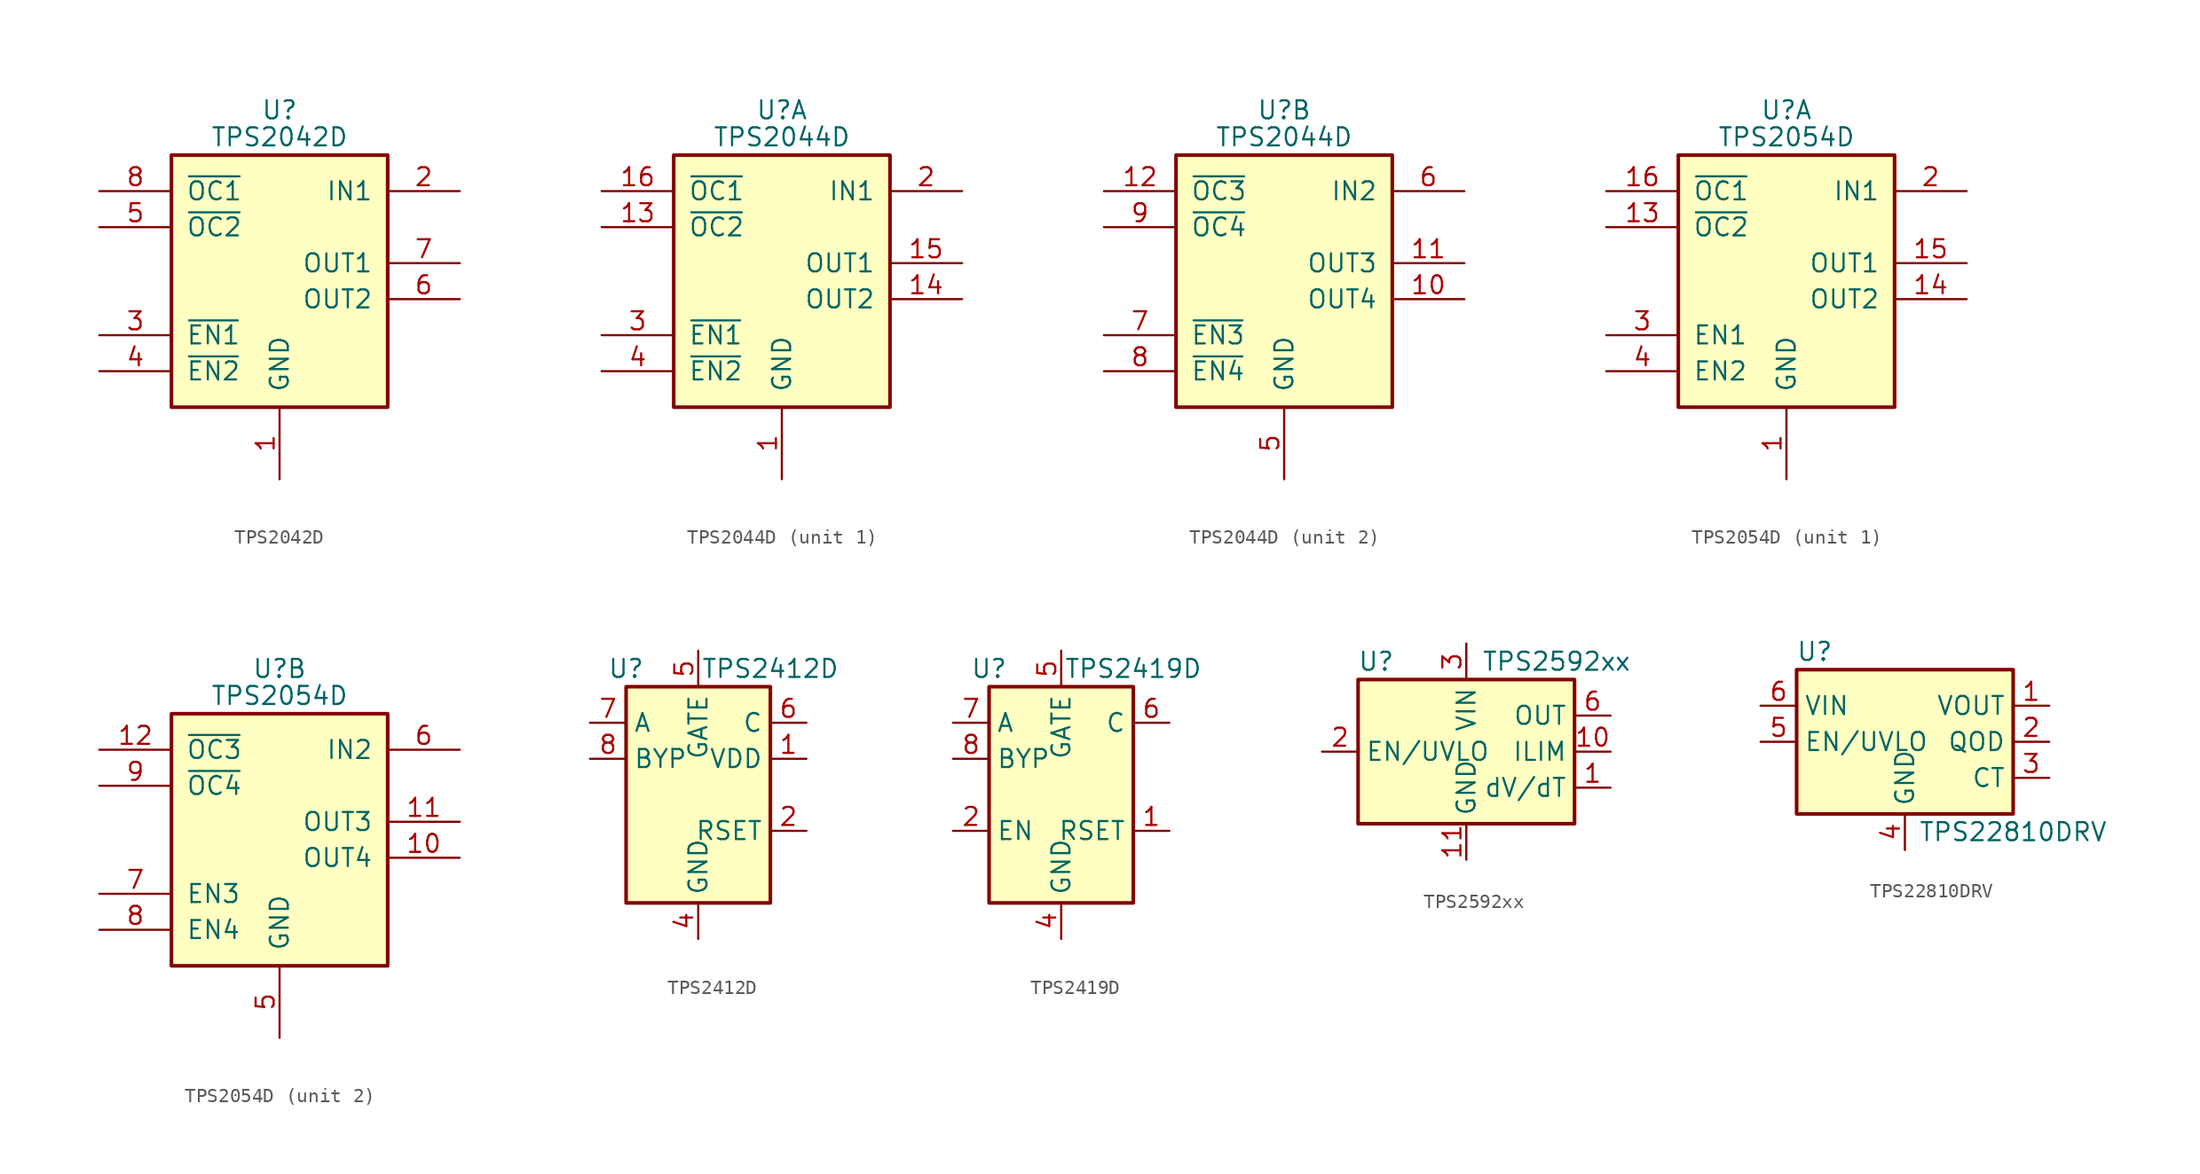
<source format=kicad_sym>
(kicad_symbol_lib
  (version 20201005)
  (generator kicad_symbol_editor)
  (symbol "Power_Management:TPS2042D"
    (pin_names
      (offset 1.016))
    (property "Reference" "U"
      (at 0 10.795 0)
      (effects (font (size 1.27 1.27))))
    (property "Value" "TPS2042D"
      (at 0 8.89 0)
      (effects (font (size 1.27 1.27))))
    (symbol "TPS2042D_0_1"
      (rectangle (start -7.62 7.62) (end 7.62 -10.16) (stroke (width 0.254)) (fill (type background))))
    (symbol "TPS2042D_1_1"
      (pin power_in line (at 0 -15.24 90) (length 5.08) (name "GND" (effects (font (size 1.27 1.27)))) (number "1" (effects (font (size 1.27 1.27)))))
      (pin power_in line (at 12.7 5.08 180) (length 5.08) (name "IN1" (effects (font (size 1.27 1.27)))) (number "2" (effects (font (size 1.27 1.27)))))
      (pin input line (at -12.7 -5.08 0) (length 5.08) (name "~EN1" (effects (font (size 1.27 1.27)))) (number "3" (effects (font (size 1.27 1.27)))))
      (pin input line (at -12.7 -7.62 0) (length 5.08) (name "~EN2" (effects (font (size 1.27 1.27)))) (number "4" (effects (font (size 1.27 1.27)))))
      (pin open_collector line (at -12.7 2.54 0) (length 5.08) (name "~OC2" (effects (font (size 1.27 1.27)))) (number "5" (effects (font (size 1.27 1.27)))))
      (pin power_out line (at 12.7 -2.54 180) (length 5.08) (name "OUT2" (effects (font (size 1.27 1.27)))) (number "6" (effects (font (size 1.27 1.27)))))
      (pin power_out line (at 12.7 0 180) (length 5.08) (name "OUT1" (effects (font (size 1.27 1.27)))) (number "7" (effects (font (size 1.27 1.27)))))
      (pin open_collector line (at -12.7 5.08 0) (length 5.08) (name "~OC1" (effects (font (size 1.27 1.27)))) (number "8" (effects (font (size 1.27 1.27)))))))
  (symbol "Power_Management:TPS2044D"
    (pin_names
      (offset 1.016))
    (property "Reference" "U"
      (at 0 10.795 0)
      (effects (font (size 1.27 1.27))))
    (property "Value" "TPS2044D"
      (at 0 8.89 0)
      (effects (font (size 1.27 1.27))))
    (property "ki_locked" ""
      (at 0 0 0)
      (effects (font (size 1.27 1.27))))
    (symbol "TPS2044D_0_1"
      (rectangle (start -7.62 7.62) (end 7.62 -10.16) (stroke (width 0.254)) (fill (type background))))
    (symbol "TPS2044D_1_1"
      (pin power_in line (at 0 -15.24 90) (length 5.08) (name "GND" (effects (font (size 1.27 1.27)))) (number "1" (effects (font (size 1.27 1.27)))))
      (pin open_collector line (at -12.7 2.54 0) (length 5.08) (name "~OC2" (effects (font (size 1.27 1.27)))) (number "13" (effects (font (size 1.27 1.27)))))
      (pin power_out line (at 12.7 -2.54 180) (length 5.08) (name "OUT2" (effects (font (size 1.27 1.27)))) (number "14" (effects (font (size 1.27 1.27)))))
      (pin power_out line (at 12.7 0 180) (length 5.08) (name "OUT1" (effects (font (size 1.27 1.27)))) (number "15" (effects (font (size 1.27 1.27)))))
      (pin open_collector line (at -12.7 5.08 0) (length 5.08) (name "~OC1" (effects (font (size 1.27 1.27)))) (number "16" (effects (font (size 1.27 1.27)))))
      (pin power_in line (at 12.7 5.08 180) (length 5.08) (name "IN1" (effects (font (size 1.27 1.27)))) (number "2" (effects (font (size 1.27 1.27)))))
      (pin input line (at -12.7 -5.08 0) (length 5.08) (name "~EN1" (effects (font (size 1.27 1.27)))) (number "3" (effects (font (size 1.27 1.27)))))
      (pin input line (at -12.7 -7.62 0) (length 5.08) (name "~EN2" (effects (font (size 1.27 1.27)))) (number "4" (effects (font (size 1.27 1.27))))))
    (symbol "TPS2044D_2_1"
      (pin power_out line (at 12.7 -2.54 180) (length 5.08) (name "OUT4" (effects (font (size 1.27 1.27)))) (number "10" (effects (font (size 1.27 1.27)))))
      (pin power_out line (at 12.7 0 180) (length 5.08) (name "OUT3" (effects (font (size 1.27 1.27)))) (number "11" (effects (font (size 1.27 1.27)))))
      (pin open_collector line (at -12.7 5.08 0) (length 5.08) (name "~OC3" (effects (font (size 1.27 1.27)))) (number "12" (effects (font (size 1.27 1.27)))))
      (pin power_in line (at 0 -15.24 90) (length 5.08) (name "GND" (effects (font (size 1.27 1.27)))) (number "5" (effects (font (size 1.27 1.27)))))
      (pin power_in line (at 12.7 5.08 180) (length 5.08) (name "IN2" (effects (font (size 1.27 1.27)))) (number "6" (effects (font (size 1.27 1.27)))))
      (pin input line (at -12.7 -5.08 0) (length 5.08) (name "~EN3" (effects (font (size 1.27 1.27)))) (number "7" (effects (font (size 1.27 1.27)))))
      (pin input line (at -12.7 -7.62 0) (length 5.08) (name "~EN4" (effects (font (size 1.27 1.27)))) (number "8" (effects (font (size 1.27 1.27)))))
      (pin open_collector line (at -12.7 2.54 0) (length 5.08) (name "~OC4" (effects (font (size 1.27 1.27)))) (number "9" (effects (font (size 1.27 1.27)))))))
  (symbol "Power_Management:TPS2054D"
    (pin_names
      (offset 1.016))
    (property "Reference" "U"
      (at 0 10.795 0)
      (effects (font (size 1.27 1.27))))
    (property "Value" "TPS2054D"
      (at 0 8.89 0)
      (effects (font (size 1.27 1.27))))
    (property "ki_locked" ""
      (at 0 0 0)
      (effects (font (size 1.27 1.27))))
    (symbol "TPS2054D_0_1"
      (rectangle (start -7.62 7.62) (end 7.62 -10.16) (stroke (width 0.254)) (fill (type background))))
    (symbol "TPS2054D_1_1"
      (pin power_in line (at 0 -15.24 90) (length 5.08) (name "GND" (effects (font (size 1.27 1.27)))) (number "1" (effects (font (size 1.27 1.27)))))
      (pin open_collector line (at -12.7 2.54 0) (length 5.08) (name "~OC2" (effects (font (size 1.27 1.27)))) (number "13" (effects (font (size 1.27 1.27)))))
      (pin passive line (at 12.7 -2.54 180) (length 5.08) (name "OUT2" (effects (font (size 1.27 1.27)))) (number "14" (effects (font (size 1.27 1.27)))))
      (pin passive line (at 12.7 0 180) (length 5.08) (name "OUT1" (effects (font (size 1.27 1.27)))) (number "15" (effects (font (size 1.27 1.27)))))
      (pin open_collector line (at -12.7 5.08 0) (length 5.08) (name "~OC1" (effects (font (size 1.27 1.27)))) (number "16" (effects (font (size 1.27 1.27)))))
      (pin passive line (at 12.7 5.08 180) (length 5.08) (name "IN1" (effects (font (size 1.27 1.27)))) (number "2" (effects (font (size 1.27 1.27)))))
      (pin input line (at -12.7 -5.08 0) (length 5.08) (name "EN1" (effects (font (size 1.27 1.27)))) (number "3" (effects (font (size 1.27 1.27)))))
      (pin input line (at -12.7 -7.62 0) (length 5.08) (name "EN2" (effects (font (size 1.27 1.27)))) (number "4" (effects (font (size 1.27 1.27))))))
    (symbol "TPS2054D_2_1"
      (pin passive line (at 12.7 -2.54 180) (length 5.08) (name "OUT4" (effects (font (size 1.27 1.27)))) (number "10" (effects (font (size 1.27 1.27)))))
      (pin passive line (at 12.7 0 180) (length 5.08) (name "OUT3" (effects (font (size 1.27 1.27)))) (number "11" (effects (font (size 1.27 1.27)))))
      (pin open_collector line (at -12.7 5.08 0) (length 5.08) (name "~OC3" (effects (font (size 1.27 1.27)))) (number "12" (effects (font (size 1.27 1.27)))))
      (pin power_in line (at 0 -15.24 90) (length 5.08) (name "GND" (effects (font (size 1.27 1.27)))) (number "5" (effects (font (size 1.27 1.27)))))
      (pin passive line (at 12.7 5.08 180) (length 5.08) (name "IN2" (effects (font (size 1.27 1.27)))) (number "6" (effects (font (size 1.27 1.27)))))
      (pin input line (at -12.7 -5.08 0) (length 5.08) (name "EN3" (effects (font (size 1.27 1.27)))) (number "7" (effects (font (size 1.27 1.27)))))
      (pin input line (at -12.7 -7.62 0) (length 5.08) (name "EN4" (effects (font (size 1.27 1.27)))) (number "8" (effects (font (size 1.27 1.27)))))
      (pin open_collector line (at -12.7 2.54 0) (length 5.08) (name "~OC4" (effects (font (size 1.27 1.27)))) (number "9" (effects (font (size 1.27 1.27)))))))
  (symbol "Power_Management:TPS2412D"
    (property "Reference" "U"
      (at -5.08 8.89 0)
      (effects (font (size 1.27 1.27))))
    (property "Value" "TPS2412D"
      (at 5.08 8.89 0)
      (effects (font (size 1.27 1.27))))
    (symbol "TPS2412D_0_1"
      (rectangle (start -5.08 7.62) (end 5.08 -7.62) (stroke (width 0.254)) (fill (type background))))
    (symbol "TPS2412D_1_1"
      (pin power_in line (at 7.62 2.54 180) (length 2.54) (name "VDD" (effects (font (size 1.27 1.27)))) (number "1" (effects (font (size 1.27 1.27)))))
      (pin passive line (at 7.62 -2.54 180) (length 2.54) (name "RSET" (effects (font (size 1.27 1.27)))) (number "2" (effects (font (size 1.27 1.27)))))
      (pin passive line (at 0 -10.16 90) (length 2.54) hide (name "GND" (effects (font (size 1.27 1.27)))) (number "3" (effects (font (size 1.27 1.27)))))
      (pin power_in line (at 0 -10.16 90) (length 2.54) (name "GND" (effects (font (size 1.27 1.27)))) (number "4" (effects (font (size 1.27 1.27)))))
      (pin output line (at 0 10.16 270) (length 2.54) (name "GATE" (effects (font (size 1.27 1.27)))) (number "5" (effects (font (size 1.27 1.27)))))
      (pin input line (at 7.62 5.08 180) (length 2.54) (name "C" (effects (font (size 1.27 1.27)))) (number "6" (effects (font (size 1.27 1.27)))))
      (pin input line (at -7.62 5.08 0) (length 2.54) (name "A" (effects (font (size 1.27 1.27)))) (number "7" (effects (font (size 1.27 1.27)))))
      (pin passive line (at -7.62 2.54 0) (length 2.54) (name "BYP" (effects (font (size 1.27 1.27)))) (number "8" (effects (font (size 1.27 1.27)))))))
  (symbol "Power_Management:TPS2419D"
    (property "Reference" "U"
      (at -5.08 8.89 0)
      (effects (font (size 1.27 1.27))))
    (property "Value" "TPS2419D"
      (at 5.08 8.89 0)
      (effects (font (size 1.27 1.27))))
    (symbol "TPS2419D_0_1"
      (rectangle (start -5.08 7.62) (end 5.08 -7.62) (stroke (width 0.254)) (fill (type background))))
    (symbol "TPS2419D_1_1"
      (pin passive line (at 7.62 -2.54 180) (length 2.54) (name "RSET" (effects (font (size 1.27 1.27)))) (number "1" (effects (font (size 1.27 1.27)))))
      (pin input line (at -7.62 -2.54 0) (length 2.54) (name "EN" (effects (font (size 1.27 1.27)))) (number "2" (effects (font (size 1.27 1.27)))))
      (pin passive line (at 0 -10.16 90) (length 2.54) hide (name "GND" (effects (font (size 1.27 1.27)))) (number "3" (effects (font (size 1.27 1.27)))))
      (pin power_in line (at 0 -10.16 90) (length 2.54) (name "GND" (effects (font (size 1.27 1.27)))) (number "4" (effects (font (size 1.27 1.27)))))
      (pin output line (at 0 10.16 270) (length 2.54) (name "GATE" (effects (font (size 1.27 1.27)))) (number "5" (effects (font (size 1.27 1.27)))))
      (pin input line (at 7.62 5.08 180) (length 2.54) (name "C" (effects (font (size 1.27 1.27)))) (number "6" (effects (font (size 1.27 1.27)))))
      (pin input line (at -7.62 5.08 0) (length 2.54) (name "A" (effects (font (size 1.27 1.27)))) (number "7" (effects (font (size 1.27 1.27)))))
      (pin passive line (at -7.62 2.54 0) (length 2.54) (name "BYP" (effects (font (size 1.27 1.27)))) (number "8" (effects (font (size 1.27 1.27)))))))
  (symbol "Power_Management:TPS2592xx"
    (property "Reference" "U"
      (at -6.35 6.35 0)
      (effects (font (size 1.27 1.27))))
    (property "Value" "TPS2592xx"
      (at 6.35 6.35 0)
      (effects (font (size 1.27 1.27))))
    (symbol "TPS2592xx_0_1"
      (rectangle (start -7.62 5.08) (end 7.62 -5.08) (stroke (width 0.254)) (fill (type background))))
    (symbol "TPS2592xx_1_1"
      (pin output line (at 10.16 -2.54 180) (length 2.54) (name "dV/dT" (effects (font (size 1.27 1.27)))) (number "1" (effects (font (size 1.27 1.27)))))
      (pin output line (at 10.16 0 180) (length 2.54) (name "ILIM" (effects (font (size 1.27 1.27)))) (number "10" (effects (font (size 1.27 1.27)))))
      (pin power_in line (at 0 -7.62 90) (length 2.54) (name "GND" (effects (font (size 1.27 1.27)))) (number "11" (effects (font (size 1.27 1.27)))))
      (pin input line (at -10.16 0 0) (length 2.54) (name "EN/UVLO" (effects (font (size 1.27 1.27)))) (number "2" (effects (font (size 1.27 1.27)))))
      (pin power_in line (at 0 7.62 270) (length 2.54) (name "VIN" (effects (font (size 1.27 1.27)))) (number "3" (effects (font (size 1.27 1.27)))))
      (pin passive line (at 0 7.62 270) (length 2.54) hide (name "VIN" (effects (font (size 1.27 1.27)))) (number "4" (effects (font (size 1.27 1.27)))))
      (pin passive line (at 0 7.62 270) (length 2.54) hide (name "VIN" (effects (font (size 1.27 1.27)))) (number "5" (effects (font (size 1.27 1.27)))))
      (pin power_out line (at 10.16 2.54 180) (length 2.54) (name "OUT" (effects (font (size 1.27 1.27)))) (number "6" (effects (font (size 1.27 1.27)))))
      (pin passive line (at 10.16 2.54 180) (length 2.54) hide (name "OUT" (effects (font (size 1.27 1.27)))) (number "7" (effects (font (size 1.27 1.27)))))
      (pin passive line (at 10.16 2.54 180) (length 2.54) hide (name "OUT" (effects (font (size 1.27 1.27)))) (number "8" (effects (font (size 1.27 1.27)))))
      (pin no_connect line (at -10.16 -2.54 0) (length 2.54) hide (name "NC" (effects (font (size 1.27 1.27)))) (number "9" (effects (font (size 1.27 1.27)))))))
  (symbol "Power_Management:TPS22810DRV"
    (property "Reference" "U"
      (at -6.35 6.35 0)
      (effects (font (size 1.27 1.27))))
    (property "Value" "TPS22810DRV"
      (at 7.62 -6.35 0)
      (effects (font (size 1.27 1.27))))
    (symbol "TPS22810DRV_1_1"
      (rectangle (start -7.62 5.08) (end 7.62 -5.08) (stroke (width 0.254)) (fill (type background)))
      (pin power_out line (at 10.16 2.54 180) (length 2.54) (name "VOUT" (effects (font (size 1.27 1.27)))) (number "1" (effects (font (size 1.27 1.27)))))
      (pin open_collector line (at 10.16 0 180) (length 2.54) (name "QOD" (effects (font (size 1.27 1.27)))) (number "2" (effects (font (size 1.27 1.27)))))
      (pin output line (at 10.16 -2.54 180) (length 2.54) (name "CT" (effects (font (size 1.27 1.27)))) (number "3" (effects (font (size 1.27 1.27)))))
      (pin power_in line (at 0 -7.62 90) (length 2.54) (name "GND" (effects (font (size 1.27 1.27)))) (number "4" (effects (font (size 1.27 1.27)))))
      (pin input line (at -10.16 0 0) (length 2.54) (name "EN/UVLO" (effects (font (size 1.27 1.27)))) (number "5" (effects (font (size 1.27 1.27)))))
      (pin power_in line (at -10.16 2.54 0) (length 2.54) (name "VIN" (effects (font (size 1.27 1.27)))) (number "6" (effects (font (size 1.27 1.27)))))
      (pin passive line (at 0 -7.62 90) (length 2.54) hide (name "GND" (effects (font (size 1.27 1.27)))) (number "7" (effects (font (size 1.27 1.27))))))))
</source>
